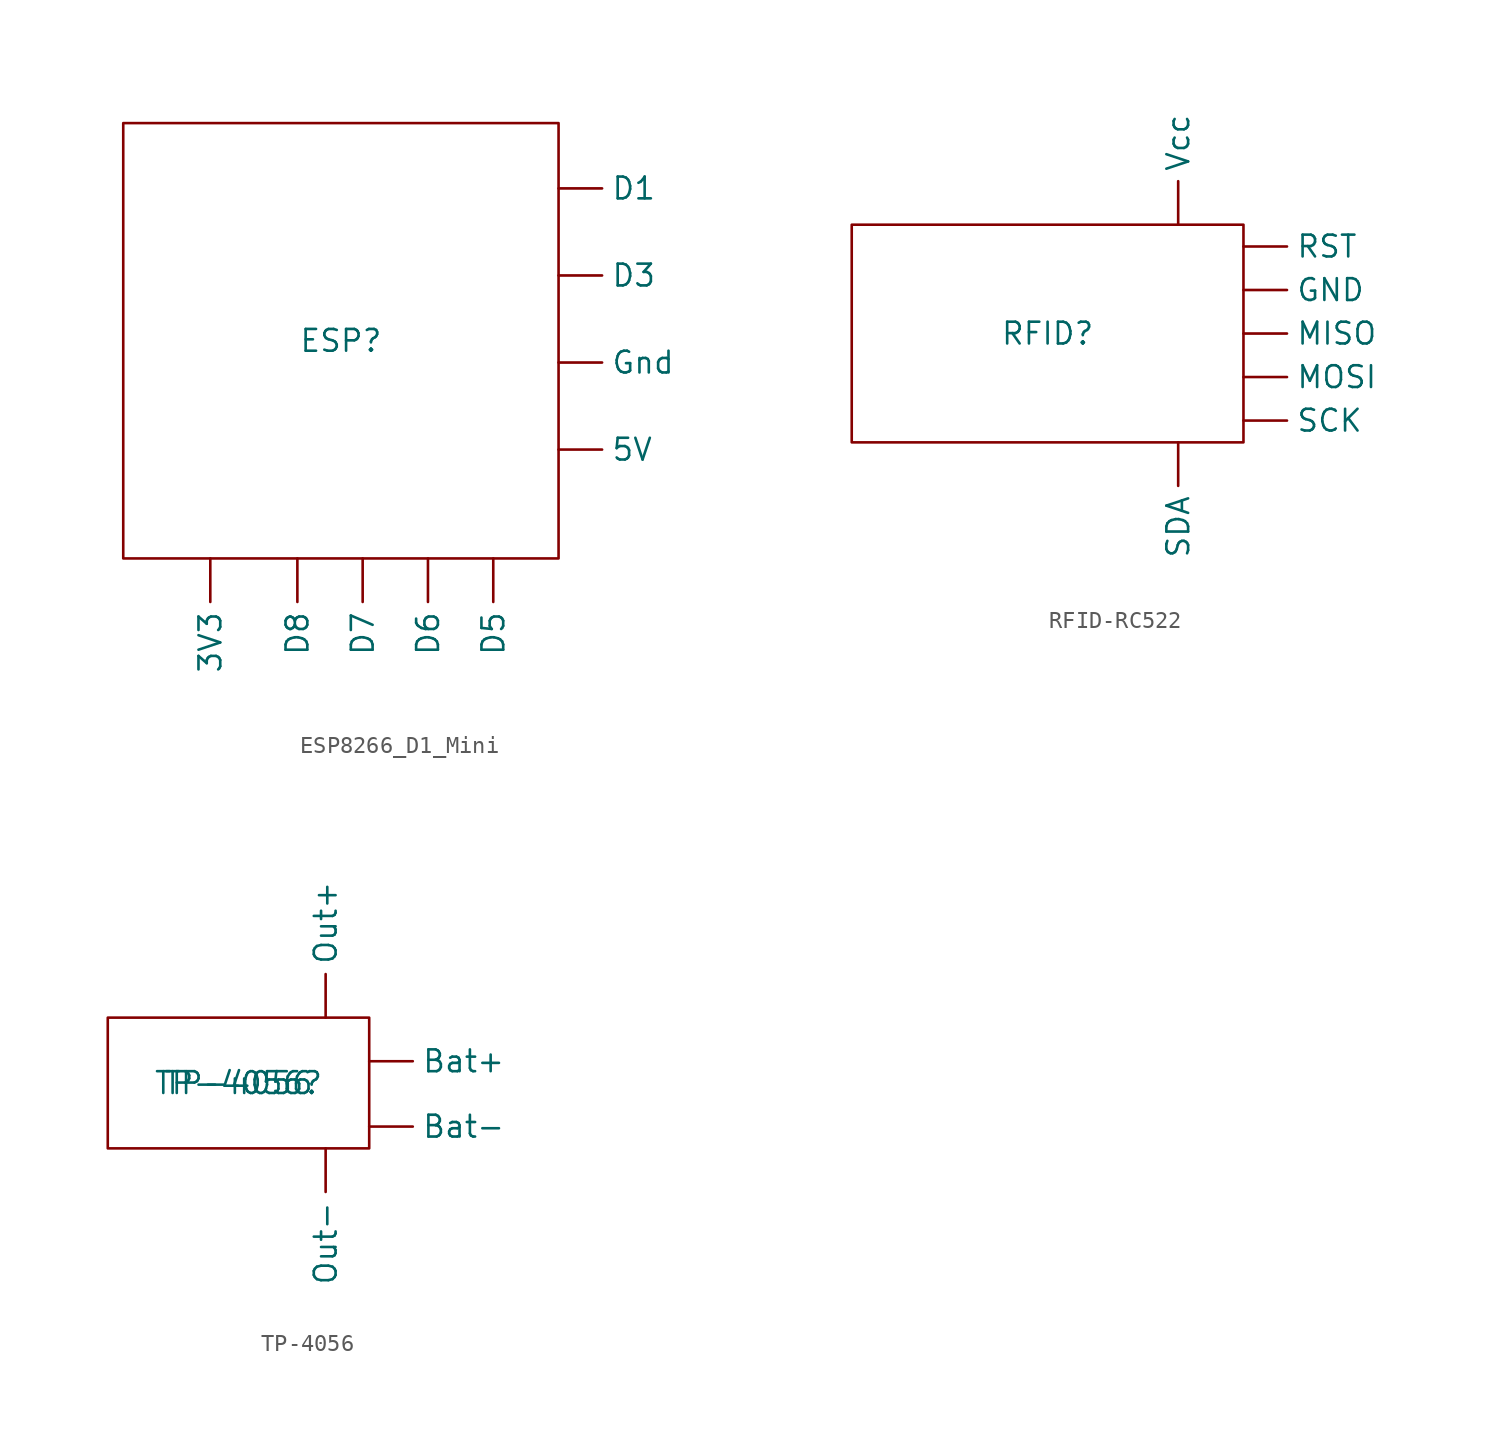
<source format=kicad_sym>
(kicad_symbol_lib
  (version 20220914)
  (generator kicad_symbol_editor)
  (symbol "ESP8266_D1_Mini"
    (property "Reference" "ESP"
      (at 0 0 0)
      (effects (font (size 1.27 1.27))))
    (property "Value" ""
      (at 0 0 0)
      (effects (font (size 1.27 1.27))))
    (symbol "ESP8266_D1_Mini_0_1"
      (rectangle (start 12.7 12.7) (end -12.7 -12.7) (stroke (width 0) (type default)) (fill (type none))))
    (symbol "ESP8266_D1_Mini_1_1"
      (pin power_out line (at -7.62 -12.7 270) (length 2.54) (name "3V3" (effects (font (size 1.27 1.27)))) (number "" (effects (font (size 1.27 1.27)))))
      (pin power_out line (at 12.7 -6.35 0) (length 2.54) (name "5V" (effects (font (size 1.27 1.27)))) (number "" (effects (font (size 1.27 1.27)))))
      (pin bidirectional line (at 12.7 8.89 0) (length 2.54) (name "D1" (effects (font (size 1.27 1.27)))) (number "" (effects (font (size 1.27 1.27)))))
      (pin bidirectional line (at 12.7 3.81 0) (length 2.54) (name "D3" (effects (font (size 1.27 1.27)))) (number "" (effects (font (size 1.27 1.27)))))
      (pin bidirectional line (at 8.89 -12.7 270) (length 2.54) (name "D5" (effects (font (size 1.27 1.27)))) (number "" (effects (font (size 1.27 1.27)))))
      (pin bidirectional line (at 5.08 -12.7 270) (length 2.54) (name "D6" (effects (font (size 1.27 1.27)))) (number "" (effects (font (size 1.27 1.27)))))
      (pin bidirectional line (at 1.27 -12.7 270) (length 2.54) (name "D7" (effects (font (size 1.27 1.27)))) (number "" (effects (font (size 1.27 1.27)))))
      (pin bidirectional line (at -2.54 -12.7 270) (length 2.54) (name "D8" (effects (font (size 1.27 1.27)))) (number "" (effects (font (size 1.27 1.27)))))
      (pin passive line (at 12.7 -1.27 0) (length 2.54) (name "Gnd" (effects (font (size 1.27 1.27)))) (number "" (effects (font (size 1.27 1.27)))))))
  (symbol "RFID-RC522"
    (property "Reference" "RFID"
      (at 0 0 0)
      (effects (font (size 1.27 1.27))))
    (property "Value" ""
      (at 0 0 0)
      (effects (font (size 1.27 1.27))))
    (symbol "RFID-RC522_0_1"
      (rectangle (start -11.43 6.35) (end 11.43 -6.35) (stroke (width 0) (type default)) (fill (type none))))
    (symbol "RFID-RC522_1_1"
      (pin unspecified line (at 11.43 2.54 0) (length 2.54) (name "GND" (effects (font (size 1.27 1.27)))) (number "" (effects (font (size 1.27 1.27)))))
      (pin unspecified line (at 11.43 0 0) (length 2.54) (name "MISO" (effects (font (size 1.27 1.27)))) (number "" (effects (font (size 1.27 1.27)))))
      (pin unspecified line (at 11.43 -2.54 0) (length 2.54) (name "MOSI" (effects (font (size 1.27 1.27)))) (number "" (effects (font (size 1.27 1.27)))))
      (pin unspecified line (at 11.43 5.08 0) (length 2.54) (name "RST" (effects (font (size 1.27 1.27)))) (number "" (effects (font (size 1.27 1.27)))))
      (pin unspecified line (at 11.43 -5.08 0) (length 2.54) (name "SCK" (effects (font (size 1.27 1.27)))) (number "" (effects (font (size 1.27 1.27)))))
      (pin unspecified line (at 7.62 -6.35 270) (length 2.54) (name "SDA" (effects (font (size 1.27 1.27)))) (number "" (effects (font (size 1.27 1.27)))))
      (pin power_in line (at 7.62 6.35 90) (length 2.54) (name "Vcc" (effects (font (size 1.27 1.27)))) (number "" (effects (font (size 1.27 1.27)))))))
  (symbol "TP-4056"
    (property "Reference" "TP-4056"
      (at 0 0 0)
      (effects (font (size 1.27 1.27))))
    (property "Value" "TP-4056"
      (at 0 0 0)
      (effects (font (size 1.27 1.27))))
    (symbol "TP-4056_0_1"
      (rectangle (start -7.62 3.81) (end 7.62 -3.81) (stroke (width 0) (type default)) (fill (type none))))
    (symbol "TP-4056_1_1"
      (pin input line (at 7.62 1.27 0) (length 2.54) (name "Bat+" (effects (font (size 1.27 1.27)))) (number "" (effects (font (size 1.27 1.27)))))
      (pin input line (at 7.62 -2.54 0) (length 2.54) (name "Bat-" (effects (font (size 1.27 1.27)))) (number "" (effects (font (size 1.27 1.27)))))
      (pin output line (at 5.08 3.81 90) (length 2.54) (name "Out+" (effects (font (size 1.27 1.27)))) (number "" (effects (font (size 1.27 1.27)))))
      (pin output line (at 5.08 -3.81 270) (length 2.54) (name "Out-" (effects (font (size 1.27 1.27)))) (number "" (effects (font (size 1.27 1.27))))))))
</source>
